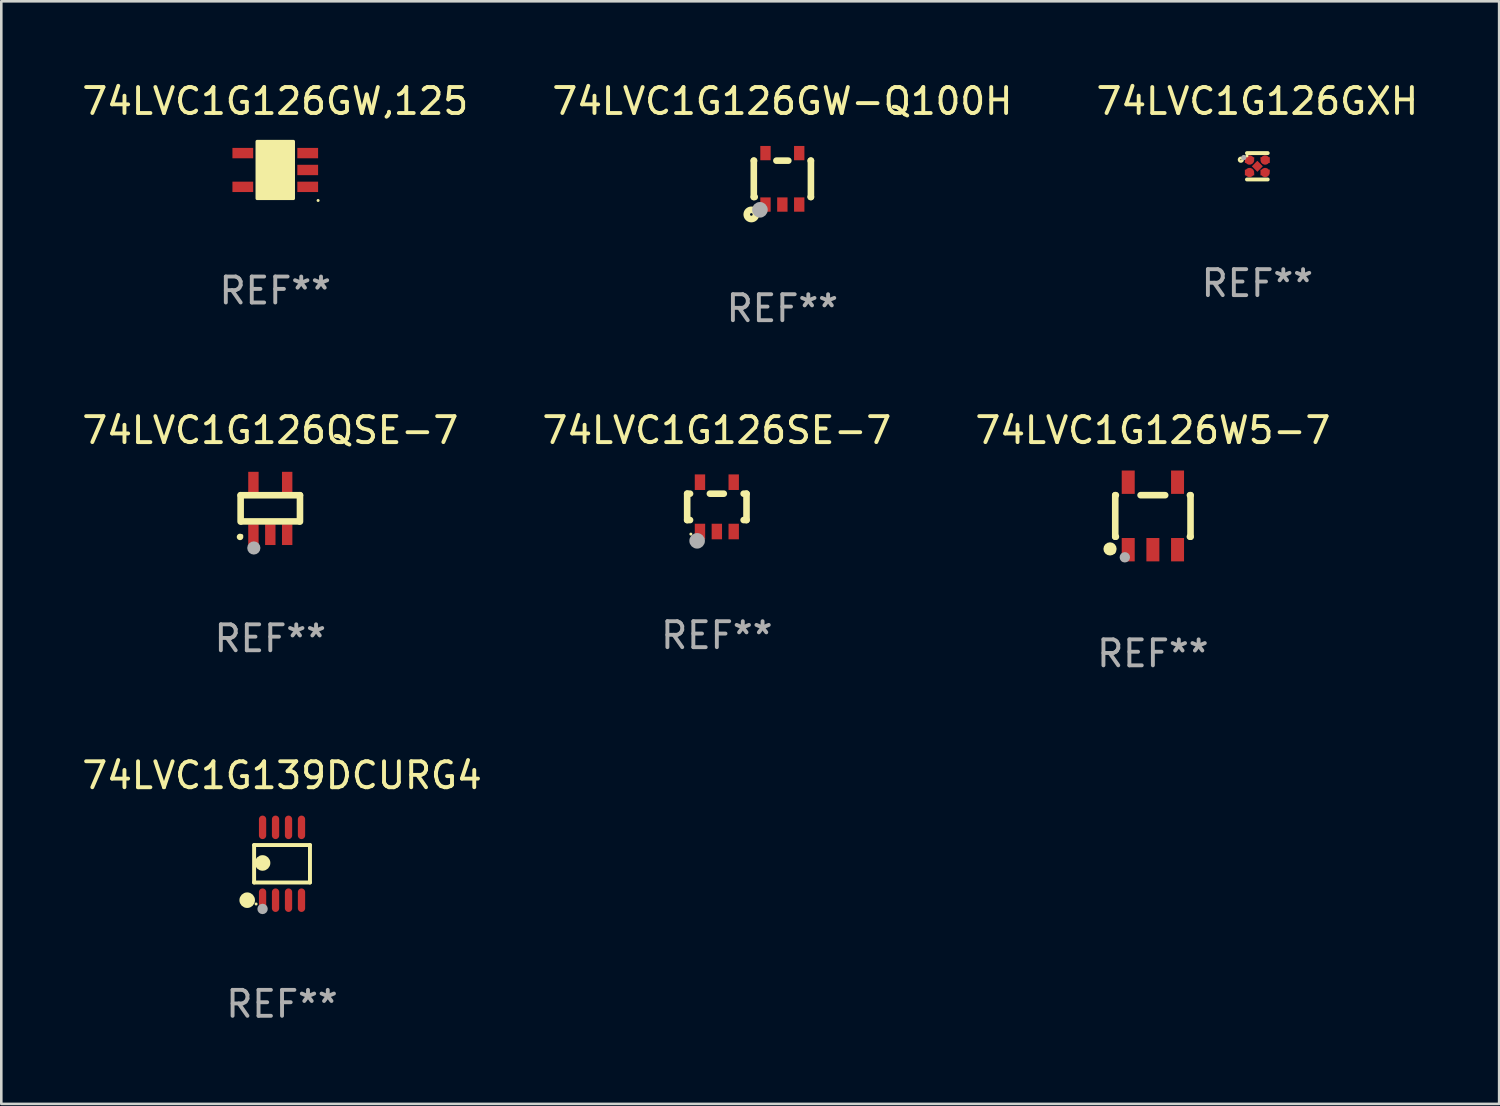
<source format=kicad_pcb>
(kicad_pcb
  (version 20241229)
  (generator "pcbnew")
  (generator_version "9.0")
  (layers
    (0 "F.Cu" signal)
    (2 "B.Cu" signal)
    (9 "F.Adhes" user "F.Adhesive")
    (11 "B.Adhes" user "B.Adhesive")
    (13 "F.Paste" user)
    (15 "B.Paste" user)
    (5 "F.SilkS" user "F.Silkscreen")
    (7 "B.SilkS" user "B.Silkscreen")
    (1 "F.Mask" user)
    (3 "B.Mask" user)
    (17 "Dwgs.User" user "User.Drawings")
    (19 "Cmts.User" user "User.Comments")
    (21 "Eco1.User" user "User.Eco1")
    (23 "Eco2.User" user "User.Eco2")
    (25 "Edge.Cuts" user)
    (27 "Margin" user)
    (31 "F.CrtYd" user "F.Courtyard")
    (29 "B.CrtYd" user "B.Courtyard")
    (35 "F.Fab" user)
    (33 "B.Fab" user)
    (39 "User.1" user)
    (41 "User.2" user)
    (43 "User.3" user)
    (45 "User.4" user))
  (footprint "74LVC1G126SE-7"
    (layer "F.Cu")
    (at 24.565 16.476)
    (property "Reference" "74LVC1G126SE-7" (at 0 -2.95 0) (layer "F.SilkS") (effects (font (size 1 1) (thickness 0.15))))
    (attr through_hole)
    (fp_line (start -1.143 -0.508) (end -1.032 -0.508) (stroke (width 0.254) (type solid)) (layer "F.SilkS"))
    (fp_line (start -1.143 0.508) (end -1.143 -0.508) (stroke (width 0.254) (type solid)) (layer "F.SilkS"))
    (fp_line (start -1.032 0.508) (end -1.143 0.508) (stroke (width 0.254) (type solid)) (layer "F.SilkS"))
    (fp_line (start -0.268 -0.508) (end 0.268 -0.508) (stroke (width 0.254) (type solid)) (layer "F.SilkS"))
    (fp_line (start 1.032 -0.508) (end 1.143 -0.508) (stroke (width 0.254) (type solid)) (layer "F.SilkS"))
    (fp_line (start 1.143 -0.508) (end 1.143 0.508) (stroke (width 0.254) (type solid)) (layer "F.SilkS"))
    (fp_line (start 1.143 0.508) (end 1.032 0.508) (stroke (width 0.254) (type solid)) (layer "F.SilkS"))
    (fp_circle (center -1 1.05) (end -0.97 1.05) (stroke (width 0.06) (type solid)) (fill no) (layer "F.SilkS"))
    (fp_circle (center -0.759 1.309) (end -0.609 1.309) (stroke (width 0.3) (type solid)) (fill no) (layer "F.Fab"))
    (fp_text user "REF**" (at 0 4.95 0) (layer "F.Fab") (effects (font (size 1 1) (thickness 0.15))))
    (pad "1" smd rect (at -0.65 0.95 180) (size 0.4 0.6) (layers "F.Cu" "F.Mask" "F.Paste"))
    (pad "2" smd rect (at 0 0.95 180) (size 0.4 0.6) (layers "F.Cu" "F.Mask" "F.Paste"))
    (pad "3" smd rect (at 0.65 0.95 180) (size 0.4 0.6) (layers "F.Cu" "F.Mask" "F.Paste"))
    (pad "4" smd rect (at 0.65 -0.95 180) (size 0.4 0.6) (layers "F.Cu" "F.Mask" "F.Paste"))
    (pad "5" smd rect (at -0.65 -0.95 180) (size 0.4 0.6) (layers "F.Cu" "F.Mask" "F.Paste")))
  (footprint "74LVC1G126QSE-7"
    (layer "F.Cu")
    (at 7.363 16.536)
    (property "Reference" "74LVC1G126QSE-7" (at 0 -3.01 0) (layer "F.SilkS") (effects (font (size 1 1) (thickness 0.15))))
    (attr through_hole)
    (fp_line (start -1.143 -0.508) (end -1.143 0.508) (stroke (width 0.254) (type solid)) (layer "F.SilkS"))
    (fp_line (start -1.1 0.5) (end 1.1 0.5) (stroke (width 0.254) (type solid)) (layer "F.SilkS"))
    (fp_line (start 1.143 -0.508) (end -1.143 -0.508) (stroke (width 0.254) (type solid)) (layer "F.SilkS"))
    (fp_line (start 1.143 0.508) (end 1.143 -0.508) (stroke (width 0.254) (type solid)) (layer "F.SilkS"))
    (fp_arc (start -1.167717 1.098095) (mid -1.166447 1.098088) (end -1.165177 1.098095) (stroke (width 0.24892) (type solid)) (layer "F.SilkS"))
    (fp_circle (center -1.1 1.05) (end -1.07 1.05) (stroke (width 0.06) (type solid)) (fill no) (layer "F.SilkS"))
    (fp_circle (center -0.635 1.524) (end -0.508 1.524) (stroke (width 0.254) (type solid)) (fill no) (layer "F.Fab"))
    (fp_text user "REF**" (at 0 5.01 0) (layer "F.Fab") (effects (font (size 1 1) (thickness 0.15))))
    (pad "1" smd rect (at -0.65 1.01 180) (size 0.4 0.8) (layers "F.Cu" "F.Mask" "F.Paste"))
    (pad "2" smd rect (at 0 1.01 180) (size 0.4 0.8) (layers "F.Cu" "F.Mask" "F.Paste"))
    (pad "3" smd rect (at 0.65 1.01 180) (size 0.4 0.8) (layers "F.Cu" "F.Mask" "F.Paste"))
    (pad "4" smd rect (at 0.65 -1.01 180) (size 0.4 0.8) (layers "F.Cu" "F.Mask" "F.Paste"))
    (pad "5" smd rect (at -0.65 -1.01 180) (size 0.4 0.8) (layers "F.Cu" "F.Mask" "F.Paste")))
  (footprint "74LVC1G126W5-7"
    (layer "F.Cu")
    (at 41.363 16.826)
    (property "Reference" "74LVC1G126W5-7" (at 0 -3.3 0) (layer "F.SilkS") (effects (font (size 1 1) (thickness 0.15))))
    (attr through_hole)
    (fp_line (start -1.45 0.8) (end -1.45 -0.8) (stroke (width 0.254) (type solid)) (layer "F.SilkS"))
    (fp_line (start -1.45 0.8) (end -1.426 0.8) (stroke (width 0.254) (type solid)) (layer "F.SilkS"))
    (fp_line (start -1.426 -0.8) (end -1.45 -0.8) (stroke (width 0.254) (type solid)) (layer "F.SilkS"))
    (fp_line (start 0.474 -0.8) (end -0.474 -0.8) (stroke (width 0.254) (type solid)) (layer "F.SilkS"))
    (fp_line (start 1.426 0.8) (end 1.45 0.8) (stroke (width 0.254) (type solid)) (layer "F.SilkS"))
    (fp_line (start 1.45 -0.8) (end 1.426 -0.8) (stroke (width 0.254) (type solid)) (layer "F.SilkS"))
    (fp_line (start 1.45 0.8) (end 1.45 -0.8) (stroke (width 0.254) (type solid)) (layer "F.SilkS"))
    (fp_circle (center -1.651 1.27) (end -1.524 1.27) (stroke (width 0.254) (type solid)) (fill no) (layer "F.SilkS"))
    (fp_circle (center -1.5 1.4) (end -1.47 1.4) (stroke (width 0.06) (type solid)) (fill no) (layer "F.SilkS"))
    (fp_circle (center -1.081 1.593) (end -0.981 1.593) (stroke (width 0.2) (type solid)) (fill no) (layer "F.Fab"))
    (fp_text user "REF**" (at 0 5.3 0) (layer "F.Fab") (effects (font (size 1 1) (thickness 0.15))))
    (pad "1" smd rect (at -0.95 1.3) (size 0.5 0.9) (layers "F.Cu" "F.Mask" "F.Paste"))
    (pad "2" smd rect (at 0 1.3) (size 0.5 0.9) (layers "F.Cu" "F.Mask" "F.Paste"))
    (pad "3" smd rect (at 0.95 1.3) (size 0.5 0.9) (layers "F.Cu" "F.Mask" "F.Paste"))
    (pad "4" smd rect (at 0.95 -1.3) (size 0.5 0.9) (layers "F.Cu" "F.Mask" "F.Paste"))
    (pad "5" smd rect (at -0.95 -1.3) (size 0.5 0.9) (layers "F.Cu" "F.Mask" "F.Paste")))
  (footprint "74LVC1G126GW,125"
    (layer "F.Cu")
    (at 7.554 3.498)
    (property "Reference" "74LVC1G126GW,125" (at 0 -2.65 0) (layer "F.SilkS") (effects (font (size 1 1) (thickness 0.15))))
    (attr through_hole)
    (fp_arc (start 0.381001 0.637541) (mid 0.380995 0.636271) (end 0.381001 0.635001) (stroke (width 0.24892) (type solid)) (layer "F.SilkS"))
    (fp_circle (center 1.65 1.175) (end 1.68 1.175) (stroke (width 0.06) (type solid)) (fill no) (layer "F.SilkS"))
    (fp_poly (pts (xy -0.7 -1.1) (xy 0.7 -1.1) (xy 0.7 1.1) (xy -0.7 1.1)) (stroke (width 0.12) (type solid)) (fill yes) (layer "F.SilkS"))
    (fp_text user "REF**" (at 0 4.65 0) (layer "F.Fab") (effects (font (size 1 1) (thickness 0.15))))
    (pad "1" smd rect (at 1.25 0.65 270) (size 0.4 0.8) (layers "F.Cu" "F.Mask" "F.Paste"))
    (pad "2" smd rect (at 1.25 0 270) (size 0.4 0.8) (layers "F.Cu" "F.Mask" "F.Paste"))
    (pad "3" smd rect (at 1.25 -0.65 270) (size 0.4 0.8) (layers "F.Cu" "F.Mask" "F.Paste"))
    (pad "4" smd rect (at -1.25 -0.65 270) (size 0.4 0.8) (layers "F.Cu" "F.Mask" "F.Paste"))
    (pad "5" smd rect (at -1.25 0.65 270) (size 0.4 0.8) (layers "F.Cu" "F.Mask" "F.Paste")))
  (footprint "74LVC1G139DCURG4"
    (layer "F.Cu")
    (at 7.815 30.225)
    (property "Reference" "74LVC1G139DCURG4" (at 0 -3.403 0) (layer "F.SilkS") (effects (font (size 1 1) (thickness 0.15))))
    (attr through_hole)
    (fp_line (start -1.076 -0.721) (end 1.076 -0.721) (stroke (width 0.152) (type solid)) (layer "F.SilkS"))
    (fp_line (start -1.076 0.721) (end -1.076 -0.721) (stroke (width 0.152) (type solid)) (layer "F.SilkS"))
    (fp_line (start 1.076 -0.721) (end 1.076 0.721) (stroke (width 0.152) (type solid)) (layer "F.SilkS"))
    (fp_line (start 1.076 0.721) (end -1.076 0.721) (stroke (width 0.152) (type solid)) (layer "F.SilkS"))
    (fp_circle (center -1.342 1.403) (end -1.192 1.403) (stroke (width 0.3) (type solid)) (fill no) (layer "F.SilkS"))
    (fp_circle (center -1 1.55) (end -0.97 1.55) (stroke (width 0.06) (type solid)) (fill no) (layer "F.SilkS"))
    (fp_circle (center -0.75 -0.031) (end -0.6 -0.031) (stroke (width 0.3) (type solid)) (fill no) (layer "F.SilkS"))
    (fp_circle (center -0.75 1.74) (end -0.65 1.74) (stroke (width 0.2) (type solid)) (fill no) (layer "F.Fab"))
    (fp_text user "REF**" (at 0 5.403 0) (layer "F.Fab") (effects (font (size 1 1) (thickness 0.15))))
    (pad "1" smd oval (at -0.75 1.403) (size 0.28 0.905) (layers "F.Cu" "F.Mask" "F.Paste"))
    (pad "2" smd oval (at -0.25 1.403) (size 0.28 0.905) (layers "F.Cu" "F.Mask" "F.Paste"))
    (pad "3" smd oval (at 0.25 1.403) (size 0.28 0.905) (layers "F.Cu" "F.Mask" "F.Paste"))
    (pad "4" smd oval (at 0.75 1.403) (size 0.28 0.905) (layers "F.Cu" "F.Mask" "F.Paste"))
    (pad "5" smd oval (at 0.75 -1.403) (size 0.28 0.905) (layers "F.Cu" "F.Mask" "F.Paste"))
    (pad "6" smd oval (at 0.25 -1.403) (size 0.28 0.905) (layers "F.Cu" "F.Mask" "F.Paste"))
    (pad "7" smd oval (at -0.25 -1.403) (size 0.28 0.905) (layers "F.Cu" "F.Mask" "F.Paste"))
    (pad "8" smd oval (at -0.75 -1.403) (size 0.28 0.905) (layers "F.Cu" "F.Mask" "F.Paste")))
  (footprint "74LVC1G126GXH"
    (layer "F.Cu")
    (at 45.387 3.356)
    (property "Reference" "74LVC1G126GXH" (at 0 -2.508 0) (layer "F.SilkS") (effects (font (size 1 1) (thickness 0.15))))
    (attr through_hole)
    (fp_line (start 0.4 -0.508) (end -0.4 -0.508) (stroke (width 0.15) (type solid)) (layer "F.SilkS"))
    (fp_line (start 0.4 0.508) (end -0.4 0.508) (stroke (width 0.15) (type solid)) (layer "F.SilkS"))
    (fp_circle (center -0.635 -0.254) (end -0.615 -0.254) (stroke (width 0.1) (type solid)) (fill no) (layer "F.SilkS"))
    (fp_circle (center -0.401 -0.4) (end -0.371 -0.4) (stroke (width 0.06) (type solid)) (fill no) (layer "F.SilkS"))
    (fp_circle (center -0.523 -0.337) (end -0.473 -0.337) (stroke (width 0.1) (type solid)) (fill no) (layer "F.Fab"))
    (fp_text user "REF**" (at 0 4.508 0) (layer "F.Fab") (effects (font (size 1 1) (thickness 0.15))))
    (pad "1" smd custom (at -0.3 -0.24) (size 0.36 0.22) (layers "F.Cu" "F.Mask" "F.Paste") (options (anchor circle)) (primitives (gr_poly (pts (xy -0.18 -0.11) (xy -0.18 0.11) (xy 0.000127 0.11) (xy 0.18 -0.03) (xy 0.18 -0.11) (xy -0.18 -0.11)) (width 0) (fill yes))))
    (pad "2" smd custom (at -0.3 0.24) (size 0.36 0.22) (layers "F.Cu" "F.Mask" "F.Paste") (options (anchor circle)) (primitives (gr_poly (pts (xy -0.18 0.11) (xy -0.18 -0.11) (xy 0.000127 -0.11) (xy 0.18 0.03) (xy 0.18 0.11) (xy -0.18 0.11)) (width 0) (fill yes))))
    (pad "3" smd rect (at 0.000102 -0.000127 45) (size 0.3 0.3) (layers "F.Cu" "F.Mask" "F.Paste"))
    (pad "4" smd custom (at 0.3 0.24 180) (size 0.36 0.22) (layers "F.Cu" "F.Mask" "F.Paste") (options (anchor circle)) (primitives (gr_poly (pts (xy 0.18 0.11) (xy 0.18 -0.11) (xy -0.000178 -0.11) (xy -0.18 0.03) (xy -0.18 0.11) (xy 0.18 0.11)) (width 0) (fill yes))))
    (pad "5" smd custom (at 0.3 -0.24) (size 0.36 0.22) (layers "F.Cu" "F.Mask" "F.Paste") (options (anchor circle)) (primitives (gr_poly (pts (xy 0.18 -0.11) (xy 0.18 0.11) (xy -0.000152 0.11) (xy -0.18 -0.03) (xy -0.18 -0.11) (xy 0.18 -0.11)) (width 0) (fill yes)))))
  (footprint "74LVC1G126GW-Q100H"
    (layer "F.Cu")
    (at 27.089 3.839)
    (property "Reference" "74LVC1G126GW-Q100H" (at 0 -2.991 0) (layer "F.SilkS") (effects (font (size 1 1) (thickness 0.15))))
    (attr through_hole)
    (fp_line (start -1.1 -0.7) (end -1.1 0.7) (stroke (width 0.254) (type solid)) (layer "F.SilkS"))
    (fp_line (start -1.1 -0.7) (end -1.09 -0.7) (stroke (width 0.254) (type solid)) (layer "F.SilkS"))
    (fp_line (start -1.1 0.7) (end -1.065 0.7) (stroke (width 0.254) (type solid)) (layer "F.SilkS"))
    (fp_line (start -0.23 -0.7) (end 0.23 -0.7) (stroke (width 0.254) (type solid)) (layer "F.SilkS"))
    (fp_line (start 1.09 -0.7) (end 1.1 -0.7) (stroke (width 0.254) (type solid)) (layer "F.SilkS"))
    (fp_line (start 1.09 0.7) (end 1.1 0.7) (stroke (width 0.254) (type solid)) (layer "F.SilkS"))
    (fp_line (start 1.1 -0.7) (end 1.1 0.7) (stroke (width 0.254) (type solid)) (layer "F.SilkS"))
    (fp_circle (center -1.194 1.372) (end -1.143 1.372) (stroke (width 0.254) (type solid)) (fill no) (layer "F.SilkS"))
    (fp_circle (center -1.05 1.063) (end -1.02 1.063) (stroke (width 0.06) (type solid)) (fill no) (layer "F.SilkS"))
    (fp_circle (center -0.864 1.194) (end -0.713 1.194) (stroke (width 0.3) (type solid)) (fill no) (layer "F.Fab"))
    (fp_text user "REF**" (at 0 4.991 0) (layer "F.Fab") (effects (font (size 1 1) (thickness 0.15))))
    (pad "1" smd rect (at -0.65 0.991 180) (size 0.399 0.551) (layers "F.Cu" "F.Mask" "F.Paste"))
    (pad "2" smd rect (at 0 0.991 180) (size 0.399 0.551) (layers "F.Cu" "F.Mask" "F.Paste"))
    (pad "3" smd rect (at 0.65 0.991 180) (size 0.399 0.551) (layers "F.Cu" "F.Mask" "F.Paste"))
    (pad "4" smd rect (at 0.65 -0.991 180) (size 0.399 0.551) (layers "F.Cu" "F.Mask" "F.Paste"))
    (pad "5" smd rect (at -0.65 -0.991 180) (size 0.399 0.551) (layers "F.Cu" "F.Mask" "F.Paste")))
  (gr_rect
    (start -3 -3)
    (end 54.702 39.476)
    (stroke (width 0.1) (type default))
    (fill no)
    (layer "Edge.Cuts")))
</source>
